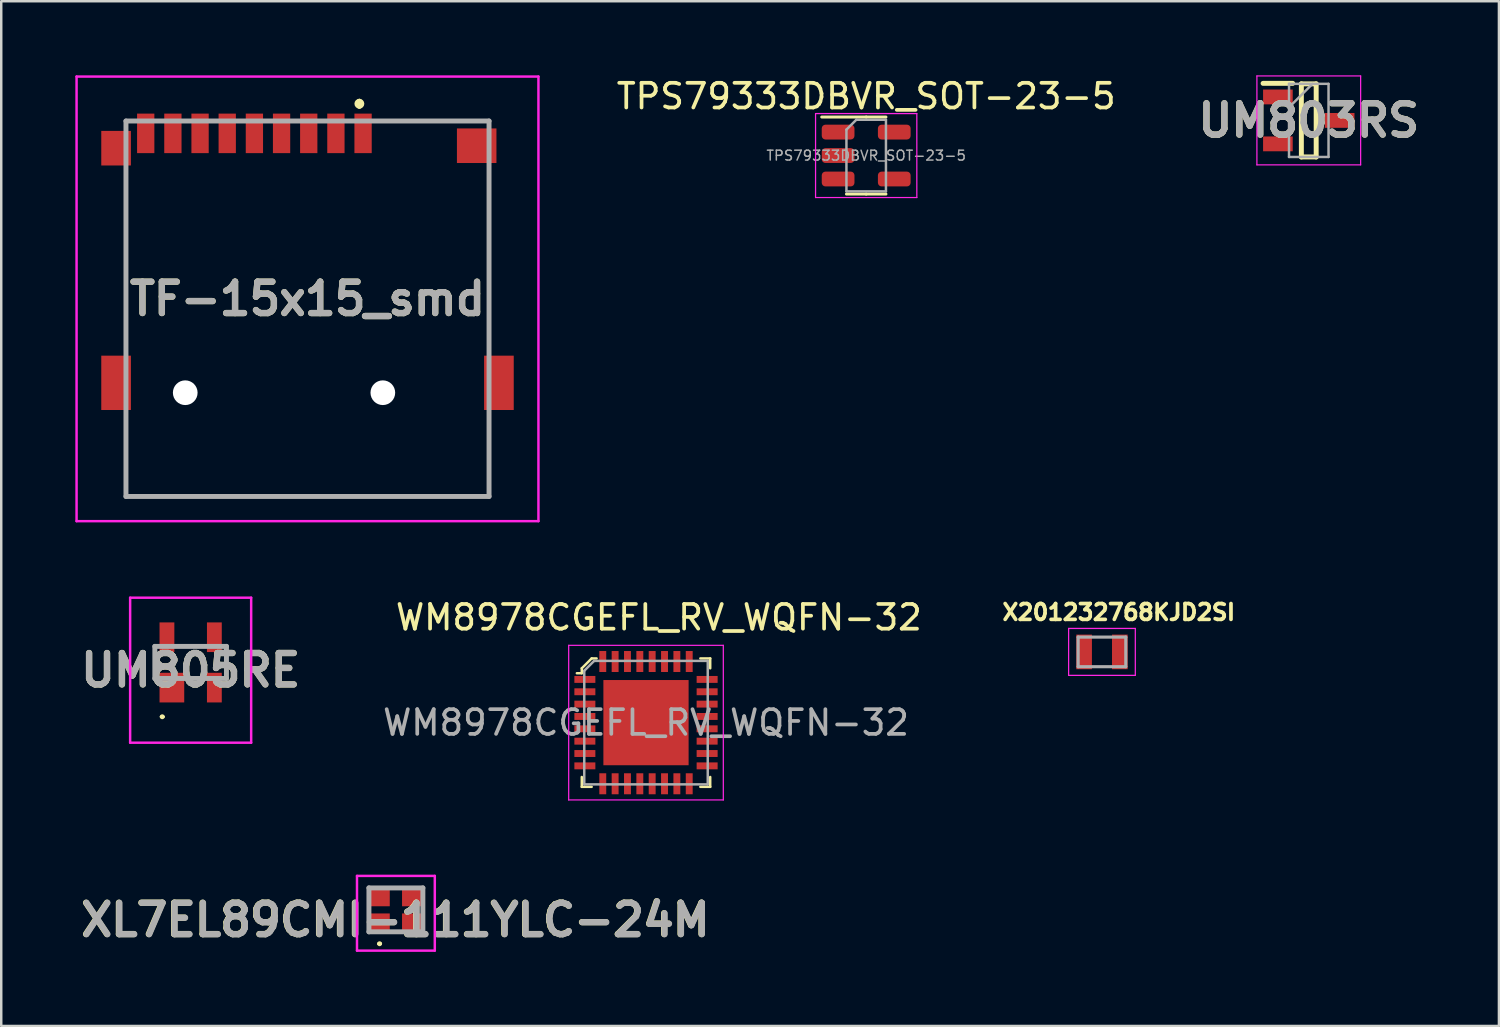
<source format=kicad_pcb>
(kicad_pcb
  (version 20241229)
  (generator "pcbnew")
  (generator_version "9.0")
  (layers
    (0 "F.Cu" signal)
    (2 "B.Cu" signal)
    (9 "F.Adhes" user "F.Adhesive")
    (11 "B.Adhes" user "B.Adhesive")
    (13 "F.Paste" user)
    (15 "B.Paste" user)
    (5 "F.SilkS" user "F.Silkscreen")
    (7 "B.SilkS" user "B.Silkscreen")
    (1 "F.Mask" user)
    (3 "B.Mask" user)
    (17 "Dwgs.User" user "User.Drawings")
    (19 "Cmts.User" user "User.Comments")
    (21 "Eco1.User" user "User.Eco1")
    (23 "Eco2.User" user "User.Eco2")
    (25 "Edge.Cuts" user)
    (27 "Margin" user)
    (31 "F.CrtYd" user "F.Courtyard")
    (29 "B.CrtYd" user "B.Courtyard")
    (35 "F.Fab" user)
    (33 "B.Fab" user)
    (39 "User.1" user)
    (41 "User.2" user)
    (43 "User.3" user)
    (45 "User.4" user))
  (footprint "XL7EL89CMI-111YLC-24M"
    (layer "F.Cu")
    (at 12.979 33.788)
    (property "Reference" "XL7EL89CMI-111YLC-24M" (at -0.025 0.406 0) (layer "F.SilkS") (effects (font (size 1.27 1.27) (thickness 0.254))))
    (attr smd)
    (fp_line (start -0.71 1.372) (end -0.71 1.372) (stroke (width 0.1) (type solid)) (layer "F.SilkS"))
    (fp_line (start -0.61 1.372) (end -0.61 1.372) (stroke (width 0.1) (type solid)) (layer "F.SilkS"))
    (fp_arc (start -0.7104 1.3716) (mid -0.6604 1.3216) (end -0.6104 1.3716) (stroke (width 0.1) (type solid)) (layer "F.SilkS"))
    (fp_arc (start -0.6104 1.3716) (mid -0.6604 1.4216) (end -0.7104 1.3716) (stroke (width 0.1) (type solid)) (layer "F.SilkS"))
    (fp_line (start -1.575 -1.375) (end 1.575 -1.375) (stroke (width 0.1) (type solid)) (layer "F.CrtYd"))
    (fp_line (start -1.575 1.65) (end -1.575 -1.375) (stroke (width 0.1) (type solid)) (layer "F.CrtYd"))
    (fp_line (start 1.575 -1.375) (end 1.575 1.65) (stroke (width 0.1) (type solid)) (layer "F.CrtYd"))
    (fp_line (start 1.575 1.65) (end -1.575 1.65) (stroke (width 0.1) (type solid)) (layer "F.CrtYd"))
    (fp_line (start -1.092 -0.889) (end 1.092 -0.889) (stroke (width 0.2) (type solid)) (layer "F.Fab"))
    (fp_line (start -1.092 0.889) (end -1.092 -0.889) (stroke (width 0.2) (type solid)) (layer "F.Fab"))
    (fp_line (start 1.092 0.889) (end -1.092 0.889) (stroke (width 0.2) (type solid)) (layer "F.Fab"))
    (fp_line (start 1.092 0.889) (end 1.092 -0.889) (stroke (width 0.2) (type solid)) (layer "F.Fab"))
    (fp_text user "${REFERENCE}" (at -0.01 0.41 0) (layer "F.Fab") (effects (font (size 1.27 1.27) (thickness 0.254))))
    (pad "1" smd rect (at -0.686 0.533 90) (size 0.775 0.875) (layers "F.Cu" "F.Mask" "F.Paste"))
    (pad "2" smd rect (at 0.686 0.533 90) (size 0.775 0.875) (layers "F.Cu" "F.Mask" "F.Paste"))
    (pad "3" smd rect (at 0.686 -0.533 90) (size 0.775 0.875) (layers "F.Cu" "F.Mask" "F.Paste"))
    (pad "4" smd rect (at -0.686 -0.533 90) (size 0.775 0.875) (layers "F.Cu" "F.Mask" "F.Paste")))
  (footprint "X201232768KJD2SI"
    (layer "F.Cu")
    (at 41.566 23.344)
    (property "Reference" "X201232768KJD2SI" (at 0.682 -1.606 0) (layer "F.SilkS") (effects (font (size 0.64 0.64) (thickness 0.15))))
    (attr smd)
    (fp_line (start -1.35 -0.95) (end -1.35 0.95) (stroke (width 0.05) (type solid)) (layer "F.CrtYd"))
    (fp_line (start -1.35 0.95) (end 1.35 0.95) (stroke (width 0.05) (type solid)) (layer "F.CrtYd"))
    (fp_line (start 1.35 -0.95) (end -1.35 -0.95) (stroke (width 0.05) (type solid)) (layer "F.CrtYd"))
    (fp_line (start 1.35 0.95) (end 1.35 -0.95) (stroke (width 0.05) (type solid)) (layer "F.CrtYd"))
    (fp_line (start -0.965 -0.6) (end -0.965 0.6) (stroke (width 0.127) (type solid)) (layer "F.Fab"))
    (fp_line (start -0.965 -0.6) (end 0.965 -0.6) (stroke (width 0.127) (type solid)) (layer "F.Fab"))
    (fp_line (start -0.965 0.6) (end 0.965 0.6) (stroke (width 0.127) (type solid)) (layer "F.Fab"))
    (fp_line (start 0.965 -0.6) (end 0.965 0.6) (stroke (width 0.127) (type solid)) (layer "F.Fab"))
    (pad "1" smd rect (at -0.724 0) (size 0.635 1.4) (layers "F.Cu" "F.Mask" "F.Paste"))
    (pad "2" smd rect (at 0.724 0) (size 0.635 1.4) (layers "F.Cu" "F.Mask" "F.Paste")))
  (footprint "TPS79333DBVR_SOT-23-5"
    (layer "F.Cu")
    (at 32.02 3.248)
    (property "Reference" "TPS79333DBVR_SOT-23-5" (at 0 -2.4 0) (layer "F.SilkS") (effects (font (size 1 1) (thickness 0.15))))
    (attr smd)
    (fp_line (start 0 -1.56) (end -1.8 -1.56) (stroke (width 0.12) (type solid)) (layer "F.SilkS"))
    (fp_line (start 0 -1.56) (end 0.8 -1.56) (stroke (width 0.12) (type solid)) (layer "F.SilkS"))
    (fp_line (start 0 1.56) (end -0.8 1.56) (stroke (width 0.12) (type solid)) (layer "F.SilkS"))
    (fp_line (start 0 1.56) (end 0.8 1.56) (stroke (width 0.12) (type solid)) (layer "F.SilkS"))
    (fp_line (start -2.05 -1.7) (end -2.05 1.7) (stroke (width 0.05) (type solid)) (layer "F.CrtYd"))
    (fp_line (start -2.05 1.7) (end 2.05 1.7) (stroke (width 0.05) (type solid)) (layer "F.CrtYd"))
    (fp_line (start 2.05 -1.7) (end -2.05 -1.7) (stroke (width 0.05) (type solid)) (layer "F.CrtYd"))
    (fp_line (start 2.05 1.7) (end 2.05 -1.7) (stroke (width 0.05) (type solid)) (layer "F.CrtYd"))
    (fp_line (start -0.8 -1.05) (end -0.4 -1.45) (stroke (width 0.1) (type solid)) (layer "F.Fab"))
    (fp_line (start -0.8 1.45) (end -0.8 -1.05) (stroke (width 0.1) (type solid)) (layer "F.Fab"))
    (fp_line (start -0.4 -1.45) (end 0.8 -1.45) (stroke (width 0.1) (type solid)) (layer "F.Fab"))
    (fp_line (start 0.8 -1.45) (end 0.8 1.45) (stroke (width 0.1) (type solid)) (layer "F.Fab"))
    (fp_line (start 0.8 1.45) (end -0.8 1.45) (stroke (width 0.1) (type solid)) (layer "F.Fab"))
    (fp_text user "${REFERENCE}" (at 0 0 0) (layer "F.Fab") (effects (font (size 0.4 0.4) (thickness 0.06))))
    (pad "1" smd roundrect (at -1.137 -0.95) (size 1.325 0.6) (layers "F.Cu" "F.Mask" "F.Paste") (roundrect_rratio 0.25))
    (pad "2" smd roundrect (at -1.137 0) (size 1.325 0.6) (layers "F.Cu" "F.Mask" "F.Paste") (roundrect_rratio 0.25))
    (pad "3" smd roundrect (at -1.137 0.95) (size 1.325 0.6) (layers "F.Cu" "F.Mask" "F.Paste") (roundrect_rratio 0.25))
    (pad "4" smd roundrect (at 1.137 0.95) (size 1.325 0.6) (layers "F.Cu" "F.Mask" "F.Paste") (roundrect_rratio 0.25))
    (pad "5" smd roundrect (at 1.137 -0.95) (size 1.325 0.6) (layers "F.Cu" "F.Mask" "F.Paste") (roundrect_rratio 0.25)))
  (footprint "WM8978CGEFL_RV_WQFN-32"
    (layer "F.Cu")
    (at 23.625 26.658)
    (property "Reference" "WM8978CGEFL_RV_WQFN-32" (at 0 -4.71 0) (layer "F.SilkS") (effects (font (size 1 1) (thickness 0.15))))
    (attr smd)
    (fp_line (start -3.12 -2.65) (end -3.12 -2.45) (stroke (width 0.1) (type solid)) (layer "F.SilkS"))
    (fp_line (start -3.12 -2.45) (end -3.32 -2.45) (stroke (width 0.1) (type solid)) (layer "F.SilkS"))
    (fp_line (start -3.12 2.15) (end -3.12 1.75) (stroke (width 0.1) (type solid)) (layer "F.SilkS"))
    (fp_line (start -2.72 -3.05) (end -3.12 -2.65) (stroke (width 0.1) (type solid)) (layer "F.SilkS"))
    (fp_line (start -2.72 2.15) (end -3.12 2.15) (stroke (width 0.1) (type solid)) (layer "F.SilkS"))
    (fp_line (start -2.52 -3.05) (end -2.72 -3.05) (stroke (width 0.1) (type solid)) (layer "F.SilkS"))
    (fp_line (start 2.08 -3.05) (end 1.68 -3.05) (stroke (width 0.1) (type solid)) (layer "F.SilkS"))
    (fp_line (start 2.08 -3.05) (end 2.08 -2.65) (stroke (width 0.1) (type solid)) (layer "F.SilkS"))
    (fp_line (start 2.08 1.75) (end 2.08 2.15) (stroke (width 0.1) (type solid)) (layer "F.SilkS"))
    (fp_line (start 2.08 2.15) (end 1.68 2.15) (stroke (width 0.1) (type solid)) (layer "F.SilkS"))
    (fp_line (start -3.65 2.68) (end -3.65 -3.58) (stroke (width 0.05) (type solid)) (layer "F.CrtYd"))
    (fp_line (start 2.61 -3.58) (end -3.65 -3.58) (stroke (width 0.05) (type solid)) (layer "F.CrtYd"))
    (fp_line (start 2.61 -3.58) (end 2.61 2.68) (stroke (width 0.05) (type solid)) (layer "F.CrtYd"))
    (fp_line (start 2.61 2.68) (end -3.65 2.68) (stroke (width 0.05) (type solid)) (layer "F.CrtYd"))
    (fp_line (start -3.02 -2.55) (end -3.02 2.05) (stroke (width 0.1) (type solid)) (layer "F.Fab"))
    (fp_line (start -2.62 -2.95) (end -3.02 -2.55) (stroke (width 0.1) (type solid)) (layer "F.Fab"))
    (fp_line (start -2.62 -2.95) (end 1.98 -2.95) (stroke (width 0.1) (type solid)) (layer "F.Fab"))
    (fp_line (start 1.98 -2.95) (end 1.98 2.05) (stroke (width 0.1) (type solid)) (layer "F.Fab"))
    (fp_line (start 1.98 2.05) (end -3.02 2.05) (stroke (width 0.1) (type solid)) (layer "F.Fab"))
    (fp_text user "${REFERENCE}" (at -0.52 -0.45 0) (layer "F.Fab") (effects (font (size 1 1) (thickness 0.15))))
    (pad "1" smd rect (at -2.995 -2.2 270) (size 0.28 0.85) (layers "F.Cu" "F.Mask" "F.Paste"))
    (pad "2" smd rect (at -2.995 -1.7 270) (size 0.28 0.85) (layers "F.Cu" "F.Mask" "F.Paste"))
    (pad "3" smd rect (at -2.995 -1.2 270) (size 0.28 0.85) (layers "F.Cu" "F.Mask" "F.Paste"))
    (pad "4" smd rect (at -2.995 -0.7 270) (size 0.28 0.85) (layers "F.Cu" "F.Mask" "F.Paste"))
    (pad "5" smd rect (at -2.995 -0.2 270) (size 0.28 0.85) (layers "F.Cu" "F.Mask" "F.Paste"))
    (pad "6" smd rect (at -2.995 0.3 270) (size 0.28 0.85) (layers "F.Cu" "F.Mask" "F.Paste"))
    (pad "7" smd rect (at -2.995 0.8 270) (size 0.28 0.85) (layers "F.Cu" "F.Mask" "F.Paste"))
    (pad "8" smd rect (at -2.995 1.3 270) (size 0.28 0.85) (layers "F.Cu" "F.Mask" "F.Paste"))
    (pad "9" smd rect (at -2.27 2.025 270) (size 0.85 0.28) (layers "F.Cu" "F.Mask" "F.Paste"))
    (pad "10" smd rect (at -1.77 2.025 270) (size 0.85 0.28) (layers "F.Cu" "F.Mask" "F.Paste"))
    (pad "11" smd rect (at -1.27 2.025 270) (size 0.85 0.28) (layers "F.Cu" "F.Mask" "F.Paste"))
    (pad "12" smd rect (at -0.77 2.025 270) (size 0.85 0.28) (layers "F.Cu" "F.Mask" "F.Paste"))
    (pad "13" smd rect (at -0.27 2.025 270) (size 0.85 0.28) (layers "F.Cu" "F.Mask" "F.Paste"))
    (pad "14" smd rect (at 0.23 2.025 270) (size 0.85 0.28) (layers "F.Cu" "F.Mask" "F.Paste"))
    (pad "15" smd rect (at 0.73 2.025 270) (size 0.85 0.28) (layers "F.Cu" "F.Mask" "F.Paste"))
    (pad "16" smd rect (at 1.23 2.025 270) (size 0.85 0.28) (layers "F.Cu" "F.Mask" "F.Paste"))
    (pad "17" smd rect (at 1.955 1.3 270) (size 0.28 0.85) (layers "F.Cu" "F.Mask" "F.Paste"))
    (pad "18" smd rect (at 1.955 0.8 270) (size 0.28 0.85) (layers "F.Cu" "F.Mask" "F.Paste"))
    (pad "19" smd rect (at 1.955 0.3 270) (size 0.28 0.85) (layers "F.Cu" "F.Mask" "F.Paste"))
    (pad "20" smd rect (at 1.955 -0.2 270) (size 0.28 0.85) (layers "F.Cu" "F.Mask" "F.Paste"))
    (pad "21" smd rect (at 1.955 -0.7 270) (size 0.28 0.85) (layers "F.Cu" "F.Mask" "F.Paste"))
    (pad "22" smd rect (at 1.955 -1.2 270) (size 0.28 0.85) (layers "F.Cu" "F.Mask" "F.Paste"))
    (pad "23" smd rect (at 1.955 -1.7 270) (size 0.28 0.85) (layers "F.Cu" "F.Mask" "F.Paste"))
    (pad "24" smd rect (at 1.955 -2.2 270) (size 0.28 0.85) (layers "F.Cu" "F.Mask" "F.Paste"))
    (pad "25" smd rect (at 1.23 -2.925 270) (size 0.85 0.28) (layers "F.Cu" "F.Mask" "F.Paste"))
    (pad "26" smd rect (at 0.73 -2.925 270) (size 0.85 0.28) (layers "F.Cu" "F.Mask" "F.Paste"))
    (pad "27" smd rect (at 0.23 -2.925 270) (size 0.85 0.28) (layers "F.Cu" "F.Mask" "F.Paste"))
    (pad "28" smd rect (at -0.27 -2.925 270) (size 0.85 0.28) (layers "F.Cu" "F.Mask" "F.Paste"))
    (pad "29" smd rect (at -0.77 -2.925 270) (size 0.85 0.28) (layers "F.Cu" "F.Mask" "F.Paste"))
    (pad "30" smd rect (at -1.27 -2.925 270) (size 0.85 0.28) (layers "F.Cu" "F.Mask" "F.Paste"))
    (pad "31" smd rect (at -1.77 -2.925 270) (size 0.85 0.28) (layers "F.Cu" "F.Mask" "F.Paste"))
    (pad "32" smd rect (at -2.27 -2.925 270) (size 0.85 0.28) (layers "F.Cu" "F.Mask" "F.Paste"))
    (pad "33" smd rect (at -0.52 -0.45 270) (size 3.45 3.45) (layers "F.Cu" "F.Mask" "F.Paste")))
  (footprint "UM805RE"
    (layer "F.Cu")
    (at 4.669 23.77)
    (property "Reference" "UM805RE" (at 0 0.315 0) (layer "F.SilkS") (effects (font (size 1.27 1.27) (thickness 0.254))))
    (attr smd)
    (fp_line (start -1.2 2.2) (end -1.2 2.2) (stroke (width 0.1) (type solid)) (layer "F.SilkS"))
    (fp_line (start -1.1 2.2) (end -1.1 2.2) (stroke (width 0.1) (type solid)) (layer "F.SilkS"))
    (fp_line (start -0.4 -0.65) (end 0.4 -0.65) (stroke (width 0.1) (type solid)) (layer "F.SilkS"))
    (fp_arc (start -1.2 2.2) (mid -1.15 2.15) (end -1.1 2.2) (stroke (width 0.1) (type solid)) (layer "F.SilkS"))
    (fp_arc (start -1.1 2.2) (mid -1.15 2.25) (end -1.2 2.2) (stroke (width 0.1) (type solid)) (layer "F.SilkS"))
    (fp_line (start -2.45 -2.62) (end 2.45 -2.62) (stroke (width 0.1) (type solid)) (layer "F.CrtYd"))
    (fp_line (start -2.45 3.25) (end -2.45 -2.62) (stroke (width 0.1) (type solid)) (layer "F.CrtYd"))
    (fp_line (start 2.45 -2.62) (end 2.45 3.25) (stroke (width 0.1) (type solid)) (layer "F.CrtYd"))
    (fp_line (start 2.45 3.25) (end -2.45 3.25) (stroke (width 0.1) (type solid)) (layer "F.CrtYd"))
    (fp_line (start -1.45 -0.65) (end 1.45 -0.65) (stroke (width 0.2) (type solid)) (layer "F.Fab"))
    (fp_line (start -1.45 0.65) (end -1.45 -0.65) (stroke (width 0.2) (type solid)) (layer "F.Fab"))
    (fp_line (start 1.45 -0.65) (end 1.45 0.65) (stroke (width 0.2) (type solid)) (layer "F.Fab"))
    (fp_line (start 1.45 0.65) (end -1.45 0.65) (stroke (width 0.2) (type solid)) (layer "F.Fab"))
    (fp_text user "${REFERENCE}" (at 0 0.315 0) (layer "F.Fab") (effects (font (size 1.27 1.27) (thickness 0.254))))
    (pad "1" smd rect (at -0.76 1.02) (size 1 1.2) (layers "F.Cu" "F.Mask" "F.Paste"))
    (pad "2" smd rect (at 0.96 1.02) (size 0.6 1.2) (layers "F.Cu" "F.Mask" "F.Paste"))
    (pad "3" smd rect (at 0.96 -1.02) (size 0.6 1.2) (layers "F.Cu" "F.Mask" "F.Paste"))
    (pad "4" smd rect (at -0.96 -1.02) (size 0.6 1.2) (layers "F.Cu" "F.Mask" "F.Paste")))
  (footprint "TF-15x15_smd"
    (layer "F.Cu")
    (at 9.4 9.45)
    (property "Reference" "TF-15x15_smd" (at 0 -0.4 0) (layer "F.SilkS") (effects (font (size 1.27 1.27) (thickness 0.254))))
    (attr through_hole)
    (fp_line (start -7.35 -5.4) (end -7.35 1.5) (stroke (width 0.1) (type solid)) (layer "F.SilkS"))
    (fp_line (start -7.35 4.5) (end -7.35 7.6) (stroke (width 0.1) (type solid)) (layer "F.SilkS"))
    (fp_line (start -7.35 7.6) (end 7.35 7.6) (stroke (width 0.1) (type solid)) (layer "F.SilkS"))
    (fp_line (start 2.1 -8.4) (end 2.1 -8.4) (stroke (width 0.2) (type solid)) (layer "F.SilkS"))
    (fp_line (start 2.1 -8.2) (end 2.1 -8.2) (stroke (width 0.2) (type solid)) (layer "F.SilkS"))
    (fp_line (start 3.05 -7.6) (end 7.35 -7.6) (stroke (width 0.1) (type solid)) (layer "F.SilkS"))
    (fp_line (start 7.35 -5.4) (end 7.35 1.5) (stroke (width 0.1) (type solid)) (layer "F.SilkS"))
    (fp_line (start 7.35 7.6) (end 7.35 4.5) (stroke (width 0.1) (type solid)) (layer "F.SilkS"))
    (fp_arc (start 2.1 -8.4) (mid 2.2 -8.3) (end 2.1 -8.2) (stroke (width 0.2) (type solid)) (layer "F.SilkS"))
    (fp_arc (start 2.1 -8.2) (mid 2 -8.3) (end 2.1 -8.4) (stroke (width 0.2) (type solid)) (layer "F.SilkS"))
    (fp_line (start -9.35 -9.4) (end 9.35 -9.4) (stroke (width 0.1) (type solid)) (layer "F.CrtYd"))
    (fp_line (start -9.35 8.6) (end -9.35 -9.4) (stroke (width 0.1) (type solid)) (layer "F.CrtYd"))
    (fp_line (start 9.35 -9.4) (end 9.35 8.6) (stroke (width 0.1) (type solid)) (layer "F.CrtYd"))
    (fp_line (start 9.35 8.6) (end -9.35 8.6) (stroke (width 0.1) (type solid)) (layer "F.CrtYd"))
    (fp_line (start -7.35 -7.6) (end 7.35 -7.6) (stroke (width 0.2) (type solid)) (layer "F.Fab"))
    (fp_line (start -7.35 7.6) (end -7.35 -7.6) (stroke (width 0.2) (type solid)) (layer "F.Fab"))
    (fp_line (start 7.35 -7.6) (end 7.35 7.6) (stroke (width 0.2) (type solid)) (layer "F.Fab"))
    (fp_line (start 7.35 7.6) (end -7.35 7.6) (stroke (width 0.2) (type solid)) (layer "F.Fab"))
    (fp_text user "${REFERENCE}" (at 0 -0.4 0) (layer "F.Fab") (effects (font (size 1.27 1.27) (thickness 0.254))))
    (pad "" np_thru_hole circle (at -4.95 3.4) (size 1 1) (drill 1) (layers "*.Cu" "*.Mask"))
    (pad "" np_thru_hole circle (at 3.05 3.4) (size 1 1) (drill 1) (layers "*.Cu" "*.Mask"))
    (pad "1" smd rect (at 2.25 -7.1) (size 0.7 1.6) (layers "F.Cu" "F.Mask" "F.Paste"))
    (pad "2" smd rect (at 1.15 -7.1) (size 0.7 1.6) (layers "F.Cu" "F.Mask" "F.Paste"))
    (pad "3" smd rect (at 0.05 -7.1) (size 0.7 1.6) (layers "F.Cu" "F.Mask" "F.Paste"))
    (pad "4" smd rect (at -1.05 -7.1) (size 0.7 1.6) (layers "F.Cu" "F.Mask" "F.Paste"))
    (pad "5" smd rect (at -2.15 -7.1) (size 0.7 1.6) (layers "F.Cu" "F.Mask" "F.Paste"))
    (pad "6" smd rect (at -3.25 -7.1) (size 0.7 1.6) (layers "F.Cu" "F.Mask" "F.Paste"))
    (pad "7" smd rect (at -4.35 -7.1) (size 0.7 1.6) (layers "F.Cu" "F.Mask" "F.Paste"))
    (pad "8" smd rect (at -5.45 -7.1) (size 0.7 1.6) (layers "F.Cu" "F.Mask" "F.Paste"))
    (pad "9" smd rect (at -6.55 -7.1) (size 0.7 1.6) (layers "F.Cu" "F.Mask" "F.Paste"))
    (pad "10" smd rect (at -7.75 3) (size 1.2 2.2) (layers "F.Cu" "F.Mask" "F.Paste"))
    (pad "11" smd rect (at 7.75 3) (size 1.2 2.2) (layers "F.Cu" "F.Mask" "F.Paste"))
    (pad "12" smd rect (at 6.85 -6.6 90) (size 1.4 1.6) (layers "F.Cu" "F.Mask" "F.Paste"))
    (pad "13" smd rect (at -7.75 -6.5) (size 1.2 1.4) (layers "F.Cu" "F.Mask" "F.Paste")))
  (footprint "UM803RS"
    (layer "F.Cu")
    (at 49.939 1.825)
    (property "Reference" "UM803RS" (at 0 0 0) (layer "F.SilkS") (effects (font (size 1.27 1.27) (thickness 0.254))))
    (attr smd)
    (fp_line (start -1.85 -1.5) (end -0.65 -1.5) (stroke (width 0.2) (type solid)) (layer "F.SilkS"))
    (fp_line (start -0.3 -1.48) (end 0.3 -1.48) (stroke (width 0.2) (type solid)) (layer "F.SilkS"))
    (fp_line (start -0.3 1.48) (end -0.3 -1.48) (stroke (width 0.2) (type solid)) (layer "F.SilkS"))
    (fp_line (start 0.3 -1.48) (end 0.3 1.48) (stroke (width 0.2) (type solid)) (layer "F.SilkS"))
    (fp_line (start 0.3 1.48) (end -0.3 1.48) (stroke (width 0.2) (type solid)) (layer "F.SilkS"))
    (fp_line (start -2.1 -1.8) (end 2.1 -1.8) (stroke (width 0.05) (type solid)) (layer "F.CrtYd"))
    (fp_line (start -2.1 1.8) (end -2.1 -1.8) (stroke (width 0.05) (type solid)) (layer "F.CrtYd"))
    (fp_line (start 2.1 -1.8) (end 2.1 1.8) (stroke (width 0.05) (type solid)) (layer "F.CrtYd"))
    (fp_line (start 2.1 1.8) (end -2.1 1.8) (stroke (width 0.05) (type solid)) (layer "F.CrtYd"))
    (fp_line (start -0.8 -1.48) (end 0.8 -1.48) (stroke (width 0.1) (type solid)) (layer "F.Fab"))
    (fp_line (start -0.8 -0.53) (end 0.15 -1.48) (stroke (width 0.1) (type solid)) (layer "F.Fab"))
    (fp_line (start -0.8 1.48) (end -0.8 -1.48) (stroke (width 0.1) (type solid)) (layer "F.Fab"))
    (fp_line (start 0.8 -1.48) (end 0.8 1.48) (stroke (width 0.1) (type solid)) (layer "F.Fab"))
    (fp_line (start 0.8 1.48) (end -0.8 1.48) (stroke (width 0.1) (type solid)) (layer "F.Fab"))
    (fp_text user "${REFERENCE}" (at 0 0 0) (layer "F.Fab") (effects (font (size 1.27 1.27) (thickness 0.254))))
    (pad "1" smd rect (at -1.25 -0.95 90) (size 0.6 1.2) (layers "F.Cu" "F.Mask" "F.Paste"))
    (pad "2" smd rect (at -1.25 0.95 90) (size 0.6 1.2) (layers "F.Cu" "F.Mask" "F.Paste"))
    (pad "3" smd rect (at 1.25 0 90) (size 0.6 1.2) (layers "F.Cu" "F.Mask" "F.Paste")))
  (gr_rect
    (start -3 -3)
    (end 57.638 38.488)
    (stroke (width 0.1) (type default))
    (fill no)
    (layer "Edge.Cuts")))
</source>
